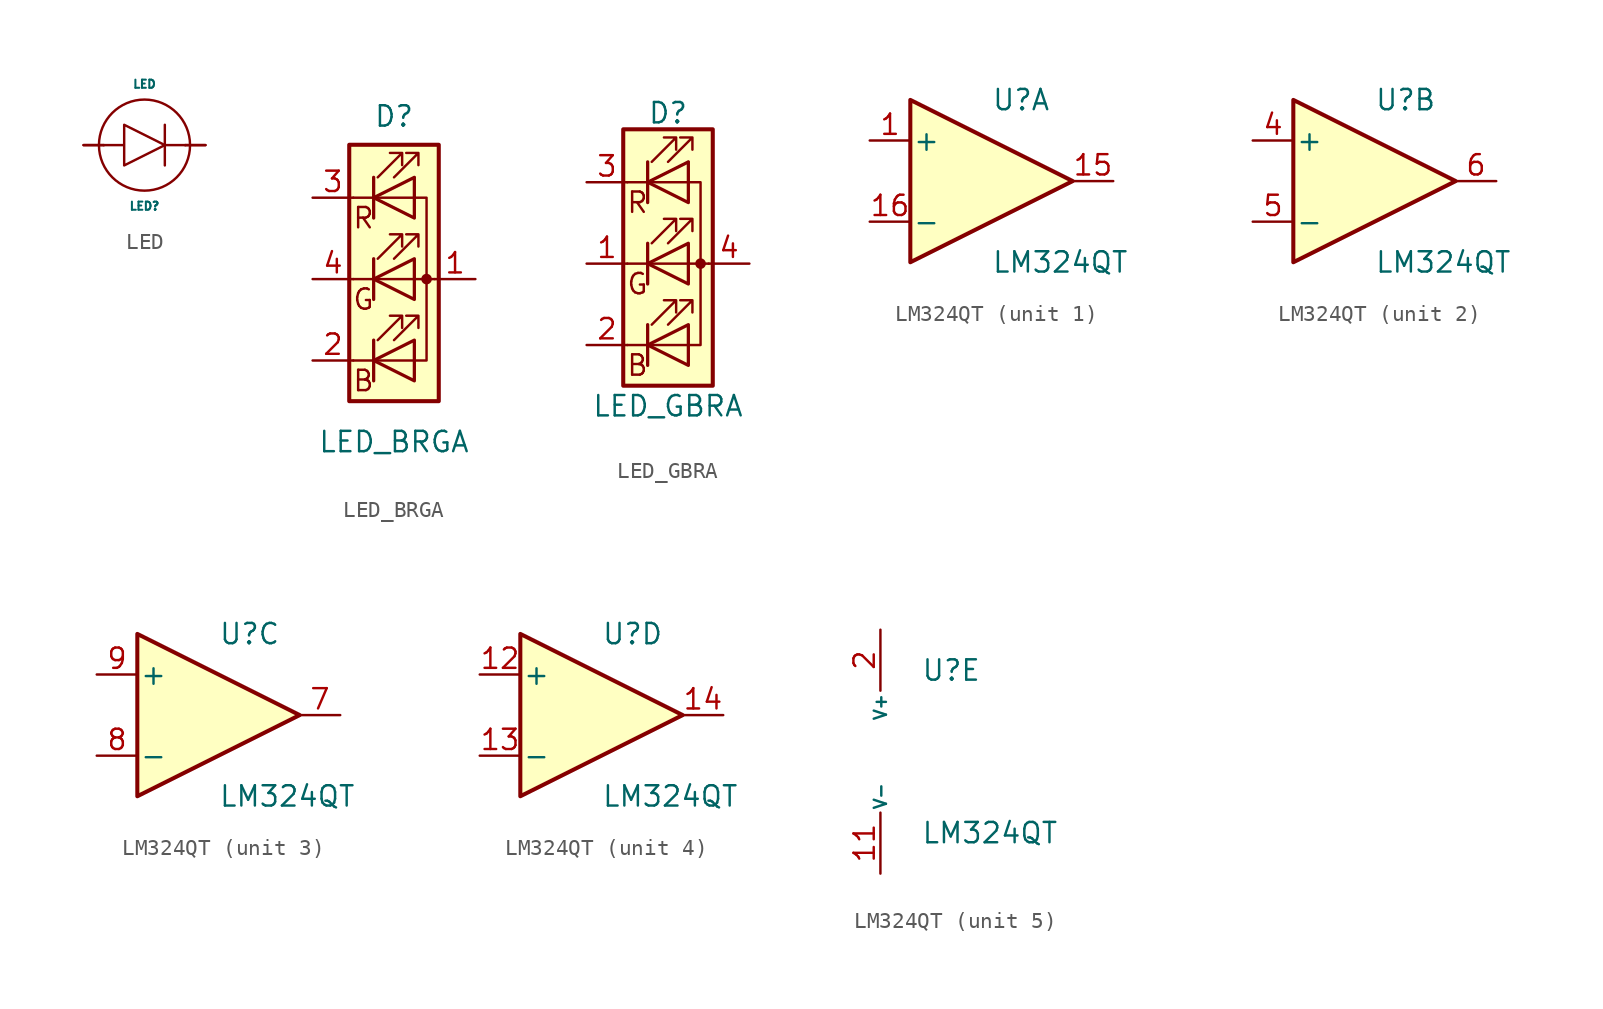
<source format=kicad_sym>
(kicad_symbol_lib
  (version 20201005)
  (generator kicad_symbol_editor)
  (symbol "acheronSymbols:LED"
    (pin_names
      (offset 1.016))
    (property "Reference" "LED"
      (at 0 -3.81 0)
      (effects (font (size 0.508 0.508))))
    (property "Value" "LED"
      (at 0 3.81 0)
      (effects (font (size 0.508 0.508))))
    (symbol "LED_0_1"
      (circle (center 0 0) (radius 2.845) (stroke (width 0)) (fill (type none)))
      (polyline (pts (xy -2.54 0) (xy -3.81 0)) (stroke (width 0)) (fill (type none)))
      (polyline (pts (xy 1.27 0) (xy 2.54 0)) (stroke (width 0)) (fill (type none)))
      (polyline (pts (xy 1.27 1.27) (xy 1.27 -1.27)) (stroke (width 0)) (fill (type none)))
      (polyline (pts (xy 2.54 0) (xy 3.81 0)) (stroke (width 0)) (fill (type none)))
      (polyline (pts (xy -2.54 0) (xy -1.27 0) (xy -1.27 1.27) (xy -1.27 -1.27) (xy 1.27 0) (xy -1.27 1.27) (xy -1.27 0)) (stroke (width 0)) (fill (type none))))
    (symbol "LED_1_1"
      (pin input line (at -3.81 0 0) (length 1.27) (name "A" (effects (font (size 0 0)))) (number "A" (effects (font (size 0 0)))))
      (pin output line (at 3.81 0 180) (length 1.27) (name "K" (effects (font (size 0 0)))) (number "K" (effects (font (size 0 0)))))))
  (symbol "acheronSymbols:LED_BRGA"
    (pin_names
      (offset 0) hide)
    (property "Reference" "D"
      (at 0 10.16 0)
      (effects (font (size 1.27 1.27))))
    (property "Value" "LED_BRGA"
      (at 0 -10.16 0)
      (effects (font (size 1.27 1.27))))
    (symbol "LED_BRGA_1_0"
      (text "B" (at -1.905 -6.35 0) (effects (font (size 1.27 1.27))))
      (text "G" (at -1.905 -1.27 0) (effects (font (size 1.27 1.27))))
      (text "R" (at -1.905 3.81 0) (effects (font (size 1.27 1.27)))))
    (symbol "LED_BRGA_1_1"
      (circle (center 2.032 0) (radius 0.254) (stroke (width 0)) (fill (type outline)))
      (rectangle (start 1.27 6.35) (end 1.27 6.35) (stroke (width 0)) (fill (type none)))
      (rectangle (start 2.794 8.382) (end -2.794 -7.62) (stroke (width 0.254)) (fill (type background)))
      (polyline (pts (xy -2.54 -5.08) (xy 1.27 -5.08)) (stroke (width 0)) (fill (type none)))
      (polyline (pts (xy -1.27 -3.81) (xy -1.27 -6.35)) (stroke (width 0.203)) (fill (type none)))
      (polyline (pts (xy -1.27 1.27) (xy -1.27 -1.27)) (stroke (width 0.203)) (fill (type none)))
      (polyline (pts (xy -1.27 6.35) (xy -1.27 3.81)) (stroke (width 0.203)) (fill (type none)))
      (polyline (pts (xy 1.27 5.08) (xy -2.54 5.08)) (stroke (width 0)) (fill (type none)))
      (polyline (pts (xy 2.54 0) (xy -2.54 0)) (stroke (width 0)) (fill (type none)))
      (polyline (pts (xy 1.27 -5.08) (xy 2.032 -5.08) (xy 2.032 5.08) (xy 1.27 5.08)) (stroke (width 0)) (fill (type none)))
      (polyline (pts (xy 1.27 -3.81) (xy 1.27 -6.35) (xy -1.27 -5.08) (xy 1.27 -3.81)) (stroke (width 0.203)) (fill (type none)))
      (polyline (pts (xy 1.27 1.27) (xy 1.27 -1.27) (xy -1.27 0) (xy 1.27 1.27)) (stroke (width 0.203)) (fill (type none)))
      (polyline (pts (xy 1.27 6.35) (xy 1.27 3.81) (xy -1.27 5.08) (xy 1.27 6.35)) (stroke (width 0.203)) (fill (type none)))
      (polyline (pts (xy -1.016 -3.81) (xy 0.508 -2.286) (xy -0.254 -2.286) (xy 0.508 -2.286) (xy 0.508 -3.048)) (stroke (width 0)) (fill (type none)))
      (polyline (pts (xy -1.016 1.27) (xy 0.508 2.794) (xy -0.254 2.794) (xy 0.508 2.794) (xy 0.508 2.032)) (stroke (width 0)) (fill (type none)))
      (polyline (pts (xy -1.016 6.35) (xy 0.508 7.874) (xy -0.254 7.874) (xy 0.508 7.874) (xy 0.508 7.112)) (stroke (width 0)) (fill (type none)))
      (polyline (pts (xy 0 -3.81) (xy 1.524 -2.286) (xy 0.762 -2.286) (xy 1.524 -2.286) (xy 1.524 -3.048)) (stroke (width 0)) (fill (type none)))
      (polyline (pts (xy 0 1.27) (xy 1.524 2.794) (xy 0.762 2.794) (xy 1.524 2.794) (xy 1.524 2.032)) (stroke (width 0)) (fill (type none)))
      (polyline (pts (xy 0 6.35) (xy 1.524 7.874) (xy 0.762 7.874) (xy 1.524 7.874) (xy 1.524 7.112)) (stroke (width 0)) (fill (type none)))
      (pin passive line (at 5.08 0 180) (length 2.54) (name "4" (effects (font (size 1.27 1.27)))) (number "1" (effects (font (size 1.27 1.27)))))
      (pin passive line (at -5.08 -5.08 0) (length 2.54) (name "1" (effects (font (size 1.27 1.27)))) (number "2" (effects (font (size 1.27 1.27)))))
      (pin passive line (at -5.08 5.08 0) (length 2.54) (name "2" (effects (font (size 1.27 1.27)))) (number "3" (effects (font (size 1.27 1.27)))))
      (pin passive line (at -5.08 0 0) (length 2.54) (name "3" (effects (font (size 1.27 1.27)))) (number "4" (effects (font (size 1.27 1.27)))))))
  (symbol "acheronSymbols:LED_GBRA"
    (pin_names
      (offset 0) hide)
    (property "Reference" "D"
      (at 0 9.398 0)
      (effects (font (size 1.27 1.27))))
    (property "Value" "LED_GBRA"
      (at 0 -8.89 0)
      (effects (font (size 1.27 1.27))))
    (symbol "LED_GBRA_0_0"
      (text "B" (at -1.905 -6.35 0) (effects (font (size 1.27 1.27))))
      (text "G" (at -1.905 -1.27 0) (effects (font (size 1.27 1.27))))
      (text "R" (at -1.905 3.81 0) (effects (font (size 1.27 1.27)))))
    (symbol "LED_GBRA_0_1"
      (circle (center 2.032 0) (radius 0.254) (stroke (width 0)) (fill (type outline)))
      (rectangle (start 1.27 6.35) (end 1.27 6.35) (stroke (width 0)) (fill (type none)))
      (rectangle (start 2.794 8.382) (end -2.794 -7.62) (stroke (width 0.254)) (fill (type background)))
      (polyline (pts (xy -2.54 -5.08) (xy 1.27 -5.08)) (stroke (width 0)) (fill (type none)))
      (polyline (pts (xy -1.27 -3.81) (xy -1.27 -6.35)) (stroke (width 0.203)) (fill (type none)))
      (polyline (pts (xy -1.27 1.27) (xy -1.27 -1.27)) (stroke (width 0.203)) (fill (type none)))
      (polyline (pts (xy -1.27 6.35) (xy -1.27 3.81)) (stroke (width 0.203)) (fill (type none)))
      (polyline (pts (xy 1.27 5.08) (xy -2.54 5.08)) (stroke (width 0)) (fill (type none)))
      (polyline (pts (xy 2.54 0) (xy -2.54 0)) (stroke (width 0)) (fill (type none)))
      (polyline (pts (xy 1.27 -5.08) (xy 2.032 -5.08) (xy 2.032 5.08) (xy 1.27 5.08)) (stroke (width 0)) (fill (type none)))
      (polyline (pts (xy 1.27 -3.81) (xy 1.27 -6.35) (xy -1.27 -5.08) (xy 1.27 -3.81)) (stroke (width 0.203)) (fill (type none)))
      (polyline (pts (xy 1.27 1.27) (xy 1.27 -1.27) (xy -1.27 0) (xy 1.27 1.27)) (stroke (width 0.203)) (fill (type none)))
      (polyline (pts (xy 1.27 6.35) (xy 1.27 3.81) (xy -1.27 5.08) (xy 1.27 6.35)) (stroke (width 0.203)) (fill (type none)))
      (polyline (pts (xy -1.016 -3.81) (xy 0.508 -2.286) (xy -0.254 -2.286) (xy 0.508 -2.286) (xy 0.508 -3.048)) (stroke (width 0)) (fill (type none)))
      (polyline (pts (xy -1.016 1.27) (xy 0.508 2.794) (xy -0.254 2.794) (xy 0.508 2.794) (xy 0.508 2.032)) (stroke (width 0)) (fill (type none)))
      (polyline (pts (xy -1.016 6.35) (xy 0.508 7.874) (xy -0.254 7.874) (xy 0.508 7.874) (xy 0.508 7.112)) (stroke (width 0)) (fill (type none)))
      (polyline (pts (xy 0 -3.81) (xy 1.524 -2.286) (xy 0.762 -2.286) (xy 1.524 -2.286) (xy 1.524 -3.048)) (stroke (width 0)) (fill (type none)))
      (polyline (pts (xy 0 1.27) (xy 1.524 2.794) (xy 0.762 2.794) (xy 1.524 2.794) (xy 1.524 2.032)) (stroke (width 0)) (fill (type none)))
      (polyline (pts (xy 0 6.35) (xy 1.524 7.874) (xy 0.762 7.874) (xy 1.524 7.874) (xy 1.524 7.112)) (stroke (width 0)) (fill (type none))))
    (symbol "LED_GBRA_1_1"
      (pin passive line (at -5.08 0 0) (length 2.54) (name "GK" (effects (font (size 1.27 1.27)))) (number "1" (effects (font (size 1.27 1.27)))))
      (pin passive line (at -5.08 -5.08 0) (length 2.54) (name "BK" (effects (font (size 1.27 1.27)))) (number "2" (effects (font (size 1.27 1.27)))))
      (pin passive line (at -5.08 5.08 0) (length 2.54) (name "RK" (effects (font (size 1.27 1.27)))) (number "3" (effects (font (size 1.27 1.27)))))
      (pin passive line (at 5.08 0 180) (length 2.54) (name "A" (effects (font (size 1.27 1.27)))) (number "4" (effects (font (size 1.27 1.27)))))))
  (symbol "acheronSymbols:LM324QT"
    (pin_names
      (offset 0.127))
    (property "Reference" "U"
      (at 0 5.08 0)
      (effects (font (size 1.27 1.27)) (justify left)))
    (property "Value" "LM324QT"
      (at 0 -5.08 0)
      (effects (font (size 1.27 1.27)) (justify left)))
    (property "ki_locked" ""
      (at 0 0 0)
      (effects (font (size 1.27 1.27))))
    (symbol "LM324QT_1_1"
      (polyline (pts (xy -5.08 5.08) (xy 5.08 0) (xy -5.08 -5.08) (xy -5.08 5.08)) (stroke (width 0.254)) (fill (type background)))
      (pin input line (at -7.62 2.54 0) (length 2.54) (name "+" (effects (font (size 1.27 1.27)))) (number "1" (effects (font (size 1.27 1.27)))))
      (pin output line (at 7.62 0 180) (length 2.54) (name "~" (effects (font (size 1.27 1.27)))) (number "15" (effects (font (size 1.27 1.27)))))
      (pin input line (at -7.62 -2.54 0) (length 2.54) (name "-" (effects (font (size 1.27 1.27)))) (number "16" (effects (font (size 1.27 1.27))))))
    (symbol "LM324QT_2_1"
      (polyline (pts (xy -5.08 5.08) (xy 5.08 0) (xy -5.08 -5.08) (xy -5.08 5.08)) (stroke (width 0.254)) (fill (type background)))
      (pin input line (at -7.62 2.54 0) (length 2.54) (name "+" (effects (font (size 1.27 1.27)))) (number "4" (effects (font (size 1.27 1.27)))))
      (pin input line (at -7.62 -2.54 0) (length 2.54) (name "-" (effects (font (size 1.27 1.27)))) (number "5" (effects (font (size 1.27 1.27)))))
      (pin output line (at 7.62 0 180) (length 2.54) (name "~" (effects (font (size 1.27 1.27)))) (number "6" (effects (font (size 1.27 1.27))))))
    (symbol "LM324QT_3_1"
      (polyline (pts (xy -5.08 5.08) (xy 5.08 0) (xy -5.08 -5.08) (xy -5.08 5.08)) (stroke (width 0.254)) (fill (type background)))
      (pin output line (at 7.62 0 180) (length 2.54) (name "~" (effects (font (size 1.27 1.27)))) (number "7" (effects (font (size 1.27 1.27)))))
      (pin input line (at -7.62 -2.54 0) (length 2.54) (name "-" (effects (font (size 1.27 1.27)))) (number "8" (effects (font (size 1.27 1.27)))))
      (pin input line (at -7.62 2.54 0) (length 2.54) (name "+" (effects (font (size 1.27 1.27)))) (number "9" (effects (font (size 1.27 1.27))))))
    (symbol "LM324QT_4_1"
      (polyline (pts (xy -5.08 5.08) (xy 5.08 0) (xy -5.08 -5.08) (xy -5.08 5.08)) (stroke (width 0.254)) (fill (type background)))
      (pin input line (at -7.62 2.54 0) (length 2.54) (name "+" (effects (font (size 1.27 1.27)))) (number "12" (effects (font (size 1.27 1.27)))))
      (pin input line (at -7.62 -2.54 0) (length 2.54) (name "-" (effects (font (size 1.27 1.27)))) (number "13" (effects (font (size 1.27 1.27)))))
      (pin output line (at 7.62 0 180) (length 2.54) (name "~" (effects (font (size 1.27 1.27)))) (number "14" (effects (font (size 1.27 1.27))))))
    (symbol "LM324QT_5_1"
      (pin power_in line (at -2.54 -7.62 90) (length 3.81) (name "V-" (effects (font (size 0.762 0.762)))) (number "11" (effects (font (size 1.27 1.27)))))
      (pin power_in line (at -2.54 7.62 270) (length 3.81) (name "V+" (effects (font (size 0.762 0.762)))) (number "2" (effects (font (size 1.27 1.27))))))))
</source>
